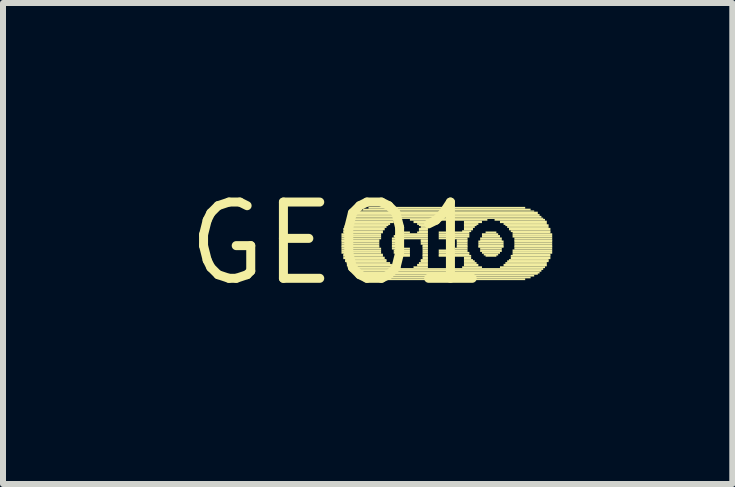
<source format=kicad_pcb>
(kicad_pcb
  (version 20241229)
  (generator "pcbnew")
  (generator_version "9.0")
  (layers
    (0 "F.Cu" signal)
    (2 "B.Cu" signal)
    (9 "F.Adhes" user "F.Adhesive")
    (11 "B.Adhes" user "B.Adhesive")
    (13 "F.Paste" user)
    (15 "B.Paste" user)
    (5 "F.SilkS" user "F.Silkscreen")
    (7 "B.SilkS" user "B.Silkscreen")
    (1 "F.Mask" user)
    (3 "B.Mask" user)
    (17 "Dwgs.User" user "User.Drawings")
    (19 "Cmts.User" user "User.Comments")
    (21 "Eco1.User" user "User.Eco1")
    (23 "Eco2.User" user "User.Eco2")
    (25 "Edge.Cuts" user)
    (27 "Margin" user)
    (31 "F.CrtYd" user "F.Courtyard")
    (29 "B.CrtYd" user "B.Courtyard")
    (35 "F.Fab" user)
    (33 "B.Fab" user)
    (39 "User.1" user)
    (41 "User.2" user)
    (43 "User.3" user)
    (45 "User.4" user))
  (footprint "GEO1"
    (layer "F.Cu")
    (at 2.578 1.006)
    (property "Reference" "GEO1" (at 0 0 0) (layer "F.SilkS") (effects (font (size 1.27 1.27) (thickness 0.15))))
    (attr through_hole)
    (fp_poly (pts (xy 0.06 -0.14) (xy 0.72 -0.14) (xy 0.72 -0.17) (xy 0.06 -0.17)) (stroke (width 0) (type solid)) (fill yes) (layer "F.SilkS"))
    (fp_poly (pts (xy 0.06 -0.1) (xy 0.72 -0.1) (xy 0.72 -0.14) (xy 0.06 -0.14)) (stroke (width 0) (type solid)) (fill yes) (layer "F.SilkS"))
    (fp_poly (pts (xy 0.06 -0.07) (xy 0.72 -0.07) (xy 0.72 -0.1) (xy 0.06 -0.1)) (stroke (width 0) (type solid)) (fill yes) (layer "F.SilkS"))
    (fp_poly (pts (xy 0.06 -0.04) (xy 0.69 -0.04) (xy 0.69 -0.07) (xy 0.06 -0.07)) (stroke (width 0) (type solid)) (fill yes) (layer "F.SilkS"))
    (fp_poly (pts (xy 0.06 -0.02) (xy 0.69 -0.02) (xy 0.69 -0.05) (xy 0.06 -0.05)) (stroke (width 0) (type solid)) (fill yes) (layer "F.SilkS"))
    (fp_poly (pts (xy 0.06 0.02) (xy 0.69 0.02) (xy 0.69 -0.02) (xy 0.06 -0.02)) (stroke (width 0) (type solid)) (fill yes) (layer "F.SilkS"))
    (fp_poly (pts (xy 0.06 0.05) (xy 0.69 0.05) (xy 0.69 0.02) (xy 0.06 0.02)) (stroke (width 0) (type solid)) (fill yes) (layer "F.SilkS"))
    (fp_poly (pts (xy 0.06 0.07) (xy 0.69 0.07) (xy 0.69 0.04) (xy 0.06 0.04)) (stroke (width 0) (type solid)) (fill yes) (layer "F.SilkS"))
    (fp_poly (pts (xy 0.06 0.1) (xy 0.72 0.1) (xy 0.72 0.07) (xy 0.06 0.07)) (stroke (width 0) (type solid)) (fill yes) (layer "F.SilkS"))
    (fp_poly (pts (xy 0.06 0.14) (xy 0.72 0.14) (xy 0.72 0.1) (xy 0.06 0.1)) (stroke (width 0) (type solid)) (fill yes) (layer "F.SilkS"))
    (fp_poly (pts (xy 0.06 0.17) (xy 0.72 0.17) (xy 0.72 0.14) (xy 0.06 0.14)) (stroke (width 0) (type solid)) (fill yes) (layer "F.SilkS"))
    (fp_poly (pts (xy 0.09 -0.22) (xy 0.78 -0.22) (xy 0.78 -0.26) (xy 0.09 -0.26)) (stroke (width 0) (type solid)) (fill yes) (layer "F.SilkS"))
    (fp_poly (pts (xy 0.09 -0.19) (xy 0.75 -0.19) (xy 0.75 -0.22) (xy 0.09 -0.22)) (stroke (width 0) (type solid)) (fill yes) (layer "F.SilkS"))
    (fp_poly (pts (xy 0.09 -0.17) (xy 0.75 -0.17) (xy 0.75 -0.2) (xy 0.09 -0.2)) (stroke (width 0) (type solid)) (fill yes) (layer "F.SilkS"))
    (fp_poly (pts (xy 0.09 0.2) (xy 0.75 0.2) (xy 0.75 0.17) (xy 0.09 0.17)) (stroke (width 0) (type solid)) (fill yes) (layer "F.SilkS"))
    (fp_poly (pts (xy 0.09 0.22) (xy 0.75 0.22) (xy 0.75 0.19) (xy 0.09 0.19)) (stroke (width 0) (type solid)) (fill yes) (layer "F.SilkS"))
    (fp_poly (pts (xy 0.09 0.26) (xy 0.78 0.26) (xy 0.78 0.22) (xy 0.09 0.22)) (stroke (width 0) (type solid)) (fill yes) (layer "F.SilkS"))
    (fp_poly (pts (xy 0.12 -0.29) (xy 0.84 -0.29) (xy 0.84 -0.32) (xy 0.12 -0.32)) (stroke (width 0) (type solid)) (fill yes) (layer "F.SilkS"))
    (fp_poly (pts (xy 0.12 -0.26) (xy 0.81 -0.26) (xy 0.81 -0.29) (xy 0.12 -0.29)) (stroke (width 0) (type solid)) (fill yes) (layer "F.SilkS"))
    (fp_poly (pts (xy 0.12 0.29) (xy 0.81 0.29) (xy 0.81 0.26) (xy 0.12 0.26)) (stroke (width 0) (type solid)) (fill yes) (layer "F.SilkS"))
    (fp_poly (pts (xy 0.12 0.31) (xy 0.81 0.31) (xy 0.81 0.28) (xy 0.12 0.28)) (stroke (width 0) (type solid)) (fill yes) (layer "F.SilkS"))
    (fp_poly (pts (xy 0.15 -0.34) (xy 0.93 -0.34) (xy 0.93 -0.38) (xy 0.15 -0.38)) (stroke (width 0) (type solid)) (fill yes) (layer "F.SilkS"))
    (fp_poly (pts (xy 0.15 -0.31) (xy 0.87 -0.31) (xy 0.87 -0.34) (xy 0.15 -0.34)) (stroke (width 0) (type solid)) (fill yes) (layer "F.SilkS"))
    (fp_poly (pts (xy 0.15 0.34) (xy 0.87 0.34) (xy 0.87 0.31) (xy 0.15 0.31)) (stroke (width 0) (type solid)) (fill yes) (layer "F.SilkS"))
    (fp_poly (pts (xy 0.15 0.38) (xy 0.9 0.38) (xy 0.9 0.34) (xy 0.15 0.34)) (stroke (width 0) (type solid)) (fill yes) (layer "F.SilkS"))
    (fp_poly (pts (xy 0.18 -0.38) (xy 1.02 -0.38) (xy 1.02 -0.41) (xy 0.18 -0.41)) (stroke (width 0) (type solid)) (fill yes) (layer "F.SilkS"))
    (fp_poly (pts (xy 0.18 0.41) (xy 0.96 0.41) (xy 0.96 0.38) (xy 0.18 0.38)) (stroke (width 0) (type solid)) (fill yes) (layer "F.SilkS"))
    (fp_poly (pts (xy 0.21 -0.41) (xy 3.42 -0.41) (xy 3.42 -0.43) (xy 0.21 -0.43)) (stroke (width 0) (type solid)) (fill yes) (layer "F.SilkS"))
    (fp_poly (pts (xy 0.21 0.44) (xy 3.42 0.44) (xy 3.42 0.41) (xy 0.21 0.41)) (stroke (width 0) (type solid)) (fill yes) (layer "F.SilkS"))
    (fp_poly (pts (xy 0.24 -0.43) (xy 3.39 -0.43) (xy 3.39 -0.46) (xy 0.24 -0.46)) (stroke (width 0) (type solid)) (fill yes) (layer "F.SilkS"))
    (fp_poly (pts (xy 0.24 0.47) (xy 3.39 0.47) (xy 3.39 0.44) (xy 0.24 0.44)) (stroke (width 0) (type solid)) (fill yes) (layer "F.SilkS"))
    (fp_poly (pts (xy 0.27 -0.46) (xy 3.36 -0.46) (xy 3.36 -0.49) (xy 0.27 -0.49)) (stroke (width 0) (type solid)) (fill yes) (layer "F.SilkS"))
    (fp_poly (pts (xy 0.27 0.5) (xy 3.36 0.5) (xy 3.36 0.47) (xy 0.27 0.47)) (stroke (width 0) (type solid)) (fill yes) (layer "F.SilkS"))
    (fp_poly (pts (xy 0.3 -0.49) (xy 3.33 -0.49) (xy 3.33 -0.53) (xy 0.3 -0.53)) (stroke (width 0) (type solid)) (fill yes) (layer "F.SilkS"))
    (fp_poly (pts (xy 0.3 0.52) (xy 3.33 0.52) (xy 3.33 0.49) (xy 0.3 0.49)) (stroke (width 0) (type solid)) (fill yes) (layer "F.SilkS"))
    (fp_poly (pts (xy 0.36 -0.53) (xy 3.27 -0.53) (xy 3.27 -0.55) (xy 0.36 -0.55)) (stroke (width 0) (type solid)) (fill yes) (layer "F.SilkS"))
    (fp_poly (pts (xy 0.36 0.55) (xy 3.27 0.55) (xy 3.27 0.52) (xy 0.36 0.52)) (stroke (width 0) (type solid)) (fill yes) (layer "F.SilkS"))
    (fp_poly (pts (xy 0.42 -0.55) (xy 3.21 -0.55) (xy 3.21 -0.58) (xy 0.42 -0.58)) (stroke (width 0) (type solid)) (fill yes) (layer "F.SilkS"))
    (fp_poly (pts (xy 0.42 0.58) (xy 3.21 0.58) (xy 3.21 0.55) (xy 0.42 0.55)) (stroke (width 0) (type solid)) (fill yes) (layer "F.SilkS"))
    (fp_poly (pts (xy 0.51 -0.58) (xy 3.12 -0.58) (xy 3.12 -0.61) (xy 0.51 -0.61)) (stroke (width 0) (type solid)) (fill yes) (layer "F.SilkS"))
    (fp_poly (pts (xy 0.51 0.61) (xy 3.12 0.61) (xy 3.12 0.58) (xy 0.51 0.58)) (stroke (width 0) (type solid)) (fill yes) (layer "F.SilkS"))
    (fp_poly (pts (xy 0.9 -0.07) (xy 1.5 -0.07) (xy 1.5 -0.1) (xy 0.9 -0.1)) (stroke (width 0) (type solid)) (fill yes) (layer "F.SilkS"))
    (fp_poly (pts (xy 0.9 -0.04) (xy 1.08 -0.04) (xy 1.08 -0.07) (xy 0.9 -0.07)) (stroke (width 0) (type solid)) (fill yes) (layer "F.SilkS"))
    (fp_poly (pts (xy 0.9 -0.02) (xy 1.05 -0.02) (xy 1.05 -0.05) (xy 0.9 -0.05)) (stroke (width 0) (type solid)) (fill yes) (layer "F.SilkS"))
    (fp_poly (pts (xy 0.9 0.02) (xy 1.05 0.02) (xy 1.05 -0.02) (xy 0.9 -0.02)) (stroke (width 0) (type solid)) (fill yes) (layer "F.SilkS"))
    (fp_poly (pts (xy 0.9 0.05) (xy 1.05 0.05) (xy 1.05 0.02) (xy 0.9 0.02)) (stroke (width 0) (type solid)) (fill yes) (layer "F.SilkS"))
    (fp_poly (pts (xy 0.9 0.07) (xy 1.05 0.07) (xy 1.05 0.04) (xy 0.9 0.04)) (stroke (width 0) (type solid)) (fill yes) (layer "F.SilkS"))
    (fp_poly (pts (xy 0.9 0.1) (xy 1.2 0.1) (xy 1.2 0.07) (xy 0.9 0.07)) (stroke (width 0) (type solid)) (fill yes) (layer "F.SilkS"))
    (fp_poly (pts (xy 0.93 -0.1) (xy 1.5 -0.1) (xy 1.5 -0.14) (xy 0.93 -0.14)) (stroke (width 0) (type solid)) (fill yes) (layer "F.SilkS"))
    (fp_poly (pts (xy 0.93 0.14) (xy 1.2 0.14) (xy 1.2 0.1) (xy 0.93 0.1)) (stroke (width 0) (type solid)) (fill yes) (layer "F.SilkS"))
    (fp_poly (pts (xy 0.93 0.17) (xy 1.2 0.17) (xy 1.2 0.14) (xy 0.93 0.14)) (stroke (width 0) (type solid)) (fill yes) (layer "F.SilkS"))
    (fp_poly (pts (xy 0.96 -0.14) (xy 1.5 -0.14) (xy 1.5 -0.17) (xy 0.96 -0.17)) (stroke (width 0) (type solid)) (fill yes) (layer "F.SilkS"))
    (fp_poly (pts (xy 0.96 0.2) (xy 1.2 0.2) (xy 1.2 0.17) (xy 0.96 0.17)) (stroke (width 0) (type solid)) (fill yes) (layer "F.SilkS"))
    (fp_poly (pts (xy 0.99 -0.17) (xy 1.2 -0.17) (xy 1.2 -0.2) (xy 0.99 -0.2)) (stroke (width 0) (type solid)) (fill yes) (layer "F.SilkS"))
    (fp_poly (pts (xy 1.02 0.22) (xy 1.2 0.22) (xy 1.2 0.19) (xy 1.02 0.19)) (stroke (width 0) (type solid)) (fill yes) (layer "F.SilkS"))
    (fp_poly (pts (xy 1.2 -0.38) (xy 2.49 -0.38) (xy 2.49 -0.41) (xy 1.2 -0.41)) (stroke (width 0) (type solid)) (fill yes) (layer "F.SilkS"))
    (fp_poly (pts (xy 1.26 -0.34) (xy 1.5 -0.34) (xy 1.5 -0.38) (xy 1.26 -0.38)) (stroke (width 0) (type solid)) (fill yes) (layer "F.SilkS"))
    (fp_poly (pts (xy 1.26 0.41) (xy 1.5 0.41) (xy 1.5 0.38) (xy 1.26 0.38)) (stroke (width 0) (type solid)) (fill yes) (layer "F.SilkS"))
    (fp_poly (pts (xy 1.32 -0.31) (xy 1.5 -0.31) (xy 1.5 -0.34) (xy 1.32 -0.34)) (stroke (width 0) (type solid)) (fill yes) (layer "F.SilkS"))
    (fp_poly (pts (xy 1.32 -0.17) (xy 1.5 -0.17) (xy 1.5 -0.2) (xy 1.32 -0.2)) (stroke (width 0) (type solid)) (fill yes) (layer "F.SilkS"))
    (fp_poly (pts (xy 1.32 0.38) (xy 1.5 0.38) (xy 1.5 0.34) (xy 1.32 0.34)) (stroke (width 0) (type solid)) (fill yes) (layer "F.SilkS"))
    (fp_poly (pts (xy 1.35 -0.29) (xy 1.5 -0.29) (xy 1.5 -0.32) (xy 1.35 -0.32)) (stroke (width 0) (type solid)) (fill yes) (layer "F.SilkS"))
    (fp_poly (pts (xy 1.35 -0.22) (xy 1.5 -0.22) (xy 1.5 -0.26) (xy 1.35 -0.26)) (stroke (width 0) (type solid)) (fill yes) (layer "F.SilkS"))
    (fp_poly (pts (xy 1.35 -0.19) (xy 1.5 -0.19) (xy 1.5 -0.22) (xy 1.35 -0.22)) (stroke (width 0) (type solid)) (fill yes) (layer "F.SilkS"))
    (fp_poly (pts (xy 1.35 0.34) (xy 1.5 0.34) (xy 1.5 0.31) (xy 1.35 0.31)) (stroke (width 0) (type solid)) (fill yes) (layer "F.SilkS"))
    (fp_poly (pts (xy 1.38 -0.26) (xy 1.5 -0.26) (xy 1.5 -0.29) (xy 1.38 -0.29)) (stroke (width 0) (type solid)) (fill yes) (layer "F.SilkS"))
    (fp_poly (pts (xy 1.38 -0.04) (xy 1.5 -0.04) (xy 1.5 -0.07) (xy 1.38 -0.07)) (stroke (width 0) (type solid)) (fill yes) (layer "F.SilkS"))
    (fp_poly (pts (xy 1.38 -0.02) (xy 1.5 -0.02) (xy 1.5 -0.05) (xy 1.38 -0.05)) (stroke (width 0) (type solid)) (fill yes) (layer "F.SilkS"))
    (fp_poly (pts (xy 1.38 0.02) (xy 1.5 0.02) (xy 1.5 -0.02) (xy 1.38 -0.02)) (stroke (width 0) (type solid)) (fill yes) (layer "F.SilkS"))
    (fp_poly (pts (xy 1.38 0.29) (xy 1.5 0.29) (xy 1.5 0.26) (xy 1.38 0.26)) (stroke (width 0) (type solid)) (fill yes) (layer "F.SilkS"))
    (fp_poly (pts (xy 1.38 0.31) (xy 1.5 0.31) (xy 1.5 0.28) (xy 1.38 0.28)) (stroke (width 0) (type solid)) (fill yes) (layer "F.SilkS"))
    (fp_poly (pts (xy 1.41 0.05) (xy 1.5 0.05) (xy 1.5 0.02) (xy 1.41 0.02)) (stroke (width 0) (type solid)) (fill yes) (layer "F.SilkS"))
    (fp_poly (pts (xy 1.41 0.07) (xy 1.5 0.07) (xy 1.5 0.04) (xy 1.41 0.04)) (stroke (width 0) (type solid)) (fill yes) (layer "F.SilkS"))
    (fp_poly (pts (xy 1.41 0.1) (xy 1.5 0.1) (xy 1.5 0.07) (xy 1.41 0.07)) (stroke (width 0) (type solid)) (fill yes) (layer "F.SilkS"))
    (fp_poly (pts (xy 1.41 0.14) (xy 1.5 0.14) (xy 1.5 0.1) (xy 1.41 0.1)) (stroke (width 0) (type solid)) (fill yes) (layer "F.SilkS"))
    (fp_poly (pts (xy 1.41 0.17) (xy 1.5 0.17) (xy 1.5 0.14) (xy 1.41 0.14)) (stroke (width 0) (type solid)) (fill yes) (layer "F.SilkS"))
    (fp_poly (pts (xy 1.41 0.2) (xy 1.5 0.2) (xy 1.5 0.17) (xy 1.41 0.17)) (stroke (width 0) (type solid)) (fill yes) (layer "F.SilkS"))
    (fp_poly (pts (xy 1.41 0.22) (xy 1.5 0.22) (xy 1.5 0.19) (xy 1.41 0.19)) (stroke (width 0) (type solid)) (fill yes) (layer "F.SilkS"))
    (fp_poly (pts (xy 1.41 0.26) (xy 1.5 0.26) (xy 1.5 0.22) (xy 1.41 0.22)) (stroke (width 0) (type solid)) (fill yes) (layer "F.SilkS"))
    (fp_poly (pts (xy 1.68 -0.17) (xy 2.19 -0.17) (xy 2.19 -0.2) (xy 1.68 -0.2)) (stroke (width 0) (type solid)) (fill yes) (layer "F.SilkS"))
    (fp_poly (pts (xy 1.68 -0.14) (xy 2.19 -0.14) (xy 2.19 -0.17) (xy 1.68 -0.17)) (stroke (width 0) (type solid)) (fill yes) (layer "F.SilkS"))
    (fp_poly (pts (xy 1.68 -0.1) (xy 2.19 -0.1) (xy 2.19 -0.14) (xy 1.68 -0.14)) (stroke (width 0) (type solid)) (fill yes) (layer "F.SilkS"))
    (fp_poly (pts (xy 1.68 -0.07) (xy 2.16 -0.07) (xy 2.16 -0.1) (xy 1.68 -0.1)) (stroke (width 0) (type solid)) (fill yes) (layer "F.SilkS"))
    (fp_poly (pts (xy 1.68 0.14) (xy 2.16 0.14) (xy 2.16 0.1) (xy 1.68 0.1)) (stroke (width 0) (type solid)) (fill yes) (layer "F.SilkS"))
    (fp_poly (pts (xy 1.68 0.17) (xy 2.19 0.17) (xy 2.19 0.14) (xy 1.68 0.14)) (stroke (width 0) (type solid)) (fill yes) (layer "F.SilkS"))
    (fp_poly (pts (xy 1.68 0.2) (xy 2.19 0.2) (xy 2.19 0.17) (xy 1.68 0.17)) (stroke (width 0) (type solid)) (fill yes) (layer "F.SilkS"))
    (fp_poly (pts (xy 1.68 0.22) (xy 2.22 0.22) (xy 2.22 0.19) (xy 1.68 0.19)) (stroke (width 0) (type solid)) (fill yes) (layer "F.SilkS"))
    (fp_poly (pts (xy 1.95 0.1) (xy 2.16 0.1) (xy 2.16 0.07) (xy 1.95 0.07)) (stroke (width 0) (type solid)) (fill yes) (layer "F.SilkS"))
    (fp_poly (pts (xy 1.98 -0.04) (xy 2.16 -0.04) (xy 2.16 -0.07) (xy 1.98 -0.07)) (stroke (width 0) (type solid)) (fill yes) (layer "F.SilkS"))
    (fp_poly (pts (xy 1.98 -0.02) (xy 2.16 -0.02) (xy 2.16 -0.05) (xy 1.98 -0.05)) (stroke (width 0) (type solid)) (fill yes) (layer "F.SilkS"))
    (fp_poly (pts (xy 1.98 0.02) (xy 2.16 0.02) (xy 2.16 -0.02) (xy 1.98 -0.02)) (stroke (width 0) (type solid)) (fill yes) (layer "F.SilkS"))
    (fp_poly (pts (xy 1.98 0.05) (xy 2.16 0.05) (xy 2.16 0.02) (xy 1.98 0.02)) (stroke (width 0) (type solid)) (fill yes) (layer "F.SilkS"))
    (fp_poly (pts (xy 1.98 0.07) (xy 2.16 0.07) (xy 2.16 0.04) (xy 1.98 0.04)) (stroke (width 0) (type solid)) (fill yes) (layer "F.SilkS"))
    (fp_poly (pts (xy 2.07 -0.19) (xy 2.22 -0.19) (xy 2.22 -0.22) (xy 2.07 -0.22)) (stroke (width 0) (type solid)) (fill yes) (layer "F.SilkS"))
    (fp_poly (pts (xy 2.07 0.41) (xy 2.4 0.41) (xy 2.4 0.38) (xy 2.07 0.38)) (stroke (width 0) (type solid)) (fill yes) (layer "F.SilkS"))
    (fp_poly (pts (xy 2.1 -0.34) (xy 2.4 -0.34) (xy 2.4 -0.38) (xy 2.1 -0.38)) (stroke (width 0) (type solid)) (fill yes) (layer "F.SilkS"))
    (fp_poly (pts (xy 2.1 -0.31) (xy 2.34 -0.31) (xy 2.34 -0.34) (xy 2.1 -0.34)) (stroke (width 0) (type solid)) (fill yes) (layer "F.SilkS"))
    (fp_poly (pts (xy 2.1 -0.29) (xy 2.31 -0.29) (xy 2.31 -0.32) (xy 2.1 -0.32)) (stroke (width 0) (type solid)) (fill yes) (layer "F.SilkS"))
    (fp_poly (pts (xy 2.1 -0.26) (xy 2.28 -0.26) (xy 2.28 -0.29) (xy 2.1 -0.29)) (stroke (width 0) (type solid)) (fill yes) (layer "F.SilkS"))
    (fp_poly (pts (xy 2.1 -0.22) (xy 2.25 -0.22) (xy 2.25 -0.26) (xy 2.1 -0.26)) (stroke (width 0) (type solid)) (fill yes) (layer "F.SilkS"))
    (fp_poly (pts (xy 2.1 0.26) (xy 2.22 0.26) (xy 2.22 0.22) (xy 2.1 0.22)) (stroke (width 0) (type solid)) (fill yes) (layer "F.SilkS"))
    (fp_poly (pts (xy 2.1 0.29) (xy 2.25 0.29) (xy 2.25 0.26) (xy 2.1 0.26)) (stroke (width 0) (type solid)) (fill yes) (layer "F.SilkS"))
    (fp_poly (pts (xy 2.1 0.31) (xy 2.28 0.31) (xy 2.28 0.28) (xy 2.1 0.28)) (stroke (width 0) (type solid)) (fill yes) (layer "F.SilkS"))
    (fp_poly (pts (xy 2.1 0.34) (xy 2.31 0.34) (xy 2.31 0.31) (xy 2.1 0.31)) (stroke (width 0) (type solid)) (fill yes) (layer "F.SilkS"))
    (fp_poly (pts (xy 2.1 0.38) (xy 2.34 0.38) (xy 2.34 0.34) (xy 2.1 0.34)) (stroke (width 0) (type solid)) (fill yes) (layer "F.SilkS"))
    (fp_poly (pts (xy 2.34 -0.02) (xy 2.76 -0.02) (xy 2.76 -0.05) (xy 2.34 -0.05)) (stroke (width 0) (type solid)) (fill yes) (layer "F.SilkS"))
    (fp_poly (pts (xy 2.34 0.02) (xy 2.76 0.02) (xy 2.76 -0.02) (xy 2.34 -0.02)) (stroke (width 0) (type solid)) (fill yes) (layer "F.SilkS"))
    (fp_poly (pts (xy 2.34 0.05) (xy 2.76 0.05) (xy 2.76 0.02) (xy 2.34 0.02)) (stroke (width 0) (type solid)) (fill yes) (layer "F.SilkS"))
    (fp_poly (pts (xy 2.34 0.07) (xy 2.76 0.07) (xy 2.76 0.04) (xy 2.34 0.04)) (stroke (width 0) (type solid)) (fill yes) (layer "F.SilkS"))
    (fp_poly (pts (xy 2.37 -0.07) (xy 2.73 -0.07) (xy 2.73 -0.1) (xy 2.37 -0.1)) (stroke (width 0) (type solid)) (fill yes) (layer "F.SilkS"))
    (fp_poly (pts (xy 2.37 -0.04) (xy 2.73 -0.04) (xy 2.73 -0.07) (xy 2.37 -0.07)) (stroke (width 0) (type solid)) (fill yes) (layer "F.SilkS"))
    (fp_poly (pts (xy 2.37 0.1) (xy 2.73 0.1) (xy 2.73 0.07) (xy 2.37 0.07)) (stroke (width 0) (type solid)) (fill yes) (layer "F.SilkS"))
    (fp_poly (pts (xy 2.37 0.14) (xy 2.73 0.14) (xy 2.73 0.1) (xy 2.37 0.1)) (stroke (width 0) (type solid)) (fill yes) (layer "F.SilkS"))
    (fp_poly (pts (xy 2.4 -0.14) (xy 2.67 -0.14) (xy 2.67 -0.17) (xy 2.4 -0.17)) (stroke (width 0) (type solid)) (fill yes) (layer "F.SilkS"))
    (fp_poly (pts (xy 2.4 -0.1) (xy 2.7 -0.1) (xy 2.7 -0.14) (xy 2.4 -0.14)) (stroke (width 0) (type solid)) (fill yes) (layer "F.SilkS"))
    (fp_poly (pts (xy 2.4 0.17) (xy 2.7 0.17) (xy 2.7 0.14) (xy 2.4 0.14)) (stroke (width 0) (type solid)) (fill yes) (layer "F.SilkS"))
    (fp_poly (pts (xy 2.43 0.2) (xy 2.67 0.2) (xy 2.67 0.17) (xy 2.43 0.17)) (stroke (width 0) (type solid)) (fill yes) (layer "F.SilkS"))
    (fp_poly (pts (xy 2.46 -0.17) (xy 2.64 -0.17) (xy 2.64 -0.2) (xy 2.46 -0.2)) (stroke (width 0) (type solid)) (fill yes) (layer "F.SilkS"))
    (fp_poly (pts (xy 2.46 0.22) (xy 2.64 0.22) (xy 2.64 0.19) (xy 2.46 0.19)) (stroke (width 0) (type solid)) (fill yes) (layer "F.SilkS"))
    (fp_poly (pts (xy 2.61 -0.38) (xy 3.45 -0.38) (xy 3.45 -0.41) (xy 2.61 -0.41)) (stroke (width 0) (type solid)) (fill yes) (layer "F.SilkS"))
    (fp_poly (pts (xy 2.7 -0.34) (xy 3.48 -0.34) (xy 3.48 -0.38) (xy 2.7 -0.38)) (stroke (width 0) (type solid)) (fill yes) (layer "F.SilkS"))
    (fp_poly (pts (xy 2.7 0.41) (xy 3.45 0.41) (xy 3.45 0.38) (xy 2.7 0.38)) (stroke (width 0) (type solid)) (fill yes) (layer "F.SilkS"))
    (fp_poly (pts (xy 2.76 -0.31) (xy 3.48 -0.31) (xy 3.48 -0.34) (xy 2.76 -0.34)) (stroke (width 0) (type solid)) (fill yes) (layer "F.SilkS"))
    (fp_poly (pts (xy 2.76 0.38) (xy 3.48 0.38) (xy 3.48 0.34) (xy 2.76 0.34)) (stroke (width 0) (type solid)) (fill yes) (layer "F.SilkS"))
    (fp_poly (pts (xy 2.79 -0.29) (xy 3.51 -0.29) (xy 3.51 -0.32) (xy 2.79 -0.32)) (stroke (width 0) (type solid)) (fill yes) (layer "F.SilkS"))
    (fp_poly (pts (xy 2.79 0.34) (xy 3.48 0.34) (xy 3.48 0.31) (xy 2.79 0.31)) (stroke (width 0) (type solid)) (fill yes) (layer "F.SilkS"))
    (fp_poly (pts (xy 2.82 -0.26) (xy 3.51 -0.26) (xy 3.51 -0.29) (xy 2.82 -0.29)) (stroke (width 0) (type solid)) (fill yes) (layer "F.SilkS"))
    (fp_poly (pts (xy 2.82 0.31) (xy 3.51 0.31) (xy 3.51 0.28) (xy 2.82 0.28)) (stroke (width 0) (type solid)) (fill yes) (layer "F.SilkS"))
    (fp_poly (pts (xy 2.85 -0.22) (xy 3.54 -0.22) (xy 3.54 -0.26) (xy 2.85 -0.26)) (stroke (width 0) (type solid)) (fill yes) (layer "F.SilkS"))
    (fp_poly (pts (xy 2.85 0.29) (xy 3.51 0.29) (xy 3.51 0.26) (xy 2.85 0.26)) (stroke (width 0) (type solid)) (fill yes) (layer "F.SilkS"))
    (fp_poly (pts (xy 2.88 -0.19) (xy 3.54 -0.19) (xy 3.54 -0.22) (xy 2.88 -0.22)) (stroke (width 0) (type solid)) (fill yes) (layer "F.SilkS"))
    (fp_poly (pts (xy 2.88 0.22) (xy 3.54 0.22) (xy 3.54 0.19) (xy 2.88 0.19)) (stroke (width 0) (type solid)) (fill yes) (layer "F.SilkS"))
    (fp_poly (pts (xy 2.88 0.26) (xy 3.54 0.26) (xy 3.54 0.22) (xy 2.88 0.22)) (stroke (width 0) (type solid)) (fill yes) (layer "F.SilkS"))
    (fp_poly (pts (xy 2.91 -0.17) (xy 3.54 -0.17) (xy 3.54 -0.2) (xy 2.91 -0.2)) (stroke (width 0) (type solid)) (fill yes) (layer "F.SilkS"))
    (fp_poly (pts (xy 2.91 -0.14) (xy 3.57 -0.14) (xy 3.57 -0.17) (xy 2.91 -0.17)) (stroke (width 0) (type solid)) (fill yes) (layer "F.SilkS"))
    (fp_poly (pts (xy 2.91 -0.1) (xy 3.57 -0.1) (xy 3.57 -0.14) (xy 2.91 -0.14)) (stroke (width 0) (type solid)) (fill yes) (layer "F.SilkS"))
    (fp_poly (pts (xy 2.91 0.14) (xy 3.57 0.14) (xy 3.57 0.1) (xy 2.91 0.1)) (stroke (width 0) (type solid)) (fill yes) (layer "F.SilkS"))
    (fp_poly (pts (xy 2.91 0.17) (xy 3.57 0.17) (xy 3.57 0.14) (xy 2.91 0.14)) (stroke (width 0) (type solid)) (fill yes) (layer "F.SilkS"))
    (fp_poly (pts (xy 2.91 0.2) (xy 3.54 0.2) (xy 3.54 0.17) (xy 2.91 0.17)) (stroke (width 0) (type solid)) (fill yes) (layer "F.SilkS"))
    (fp_poly (pts (xy 2.94 -0.07) (xy 3.57 -0.07) (xy 3.57 -0.1) (xy 2.94 -0.1)) (stroke (width 0) (type solid)) (fill yes) (layer "F.SilkS"))
    (fp_poly (pts (xy 2.94 -0.04) (xy 3.57 -0.04) (xy 3.57 -0.07) (xy 2.94 -0.07)) (stroke (width 0) (type solid)) (fill yes) (layer "F.SilkS"))
    (fp_poly (pts (xy 2.94 -0.02) (xy 3.57 -0.02) (xy 3.57 -0.05) (xy 2.94 -0.05)) (stroke (width 0) (type solid)) (fill yes) (layer "F.SilkS"))
    (fp_poly (pts (xy 2.94 0.02) (xy 3.57 0.02) (xy 3.57 -0.02) (xy 2.94 -0.02)) (stroke (width 0) (type solid)) (fill yes) (layer "F.SilkS"))
    (fp_poly (pts (xy 2.94 0.05) (xy 3.57 0.05) (xy 3.57 0.02) (xy 2.94 0.02)) (stroke (width 0) (type solid)) (fill yes) (layer "F.SilkS"))
    (fp_poly (pts (xy 2.94 0.07) (xy 3.57 0.07) (xy 3.57 0.04) (xy 2.94 0.04)) (stroke (width 0) (type solid)) (fill yes) (layer "F.SilkS"))
    (fp_poly (pts (xy 2.94 0.1) (xy 3.57 0.1) (xy 3.57 0.07) (xy 2.94 0.07)) (stroke (width 0) (type solid)) (fill yes) (layer "F.SilkS")))
  (gr_rect
    (start -3 -3)
    (end 9.148 5.012)
    (stroke (width 0.1) (type default))
    (fill no)
    (layer "Edge.Cuts")))
</source>
